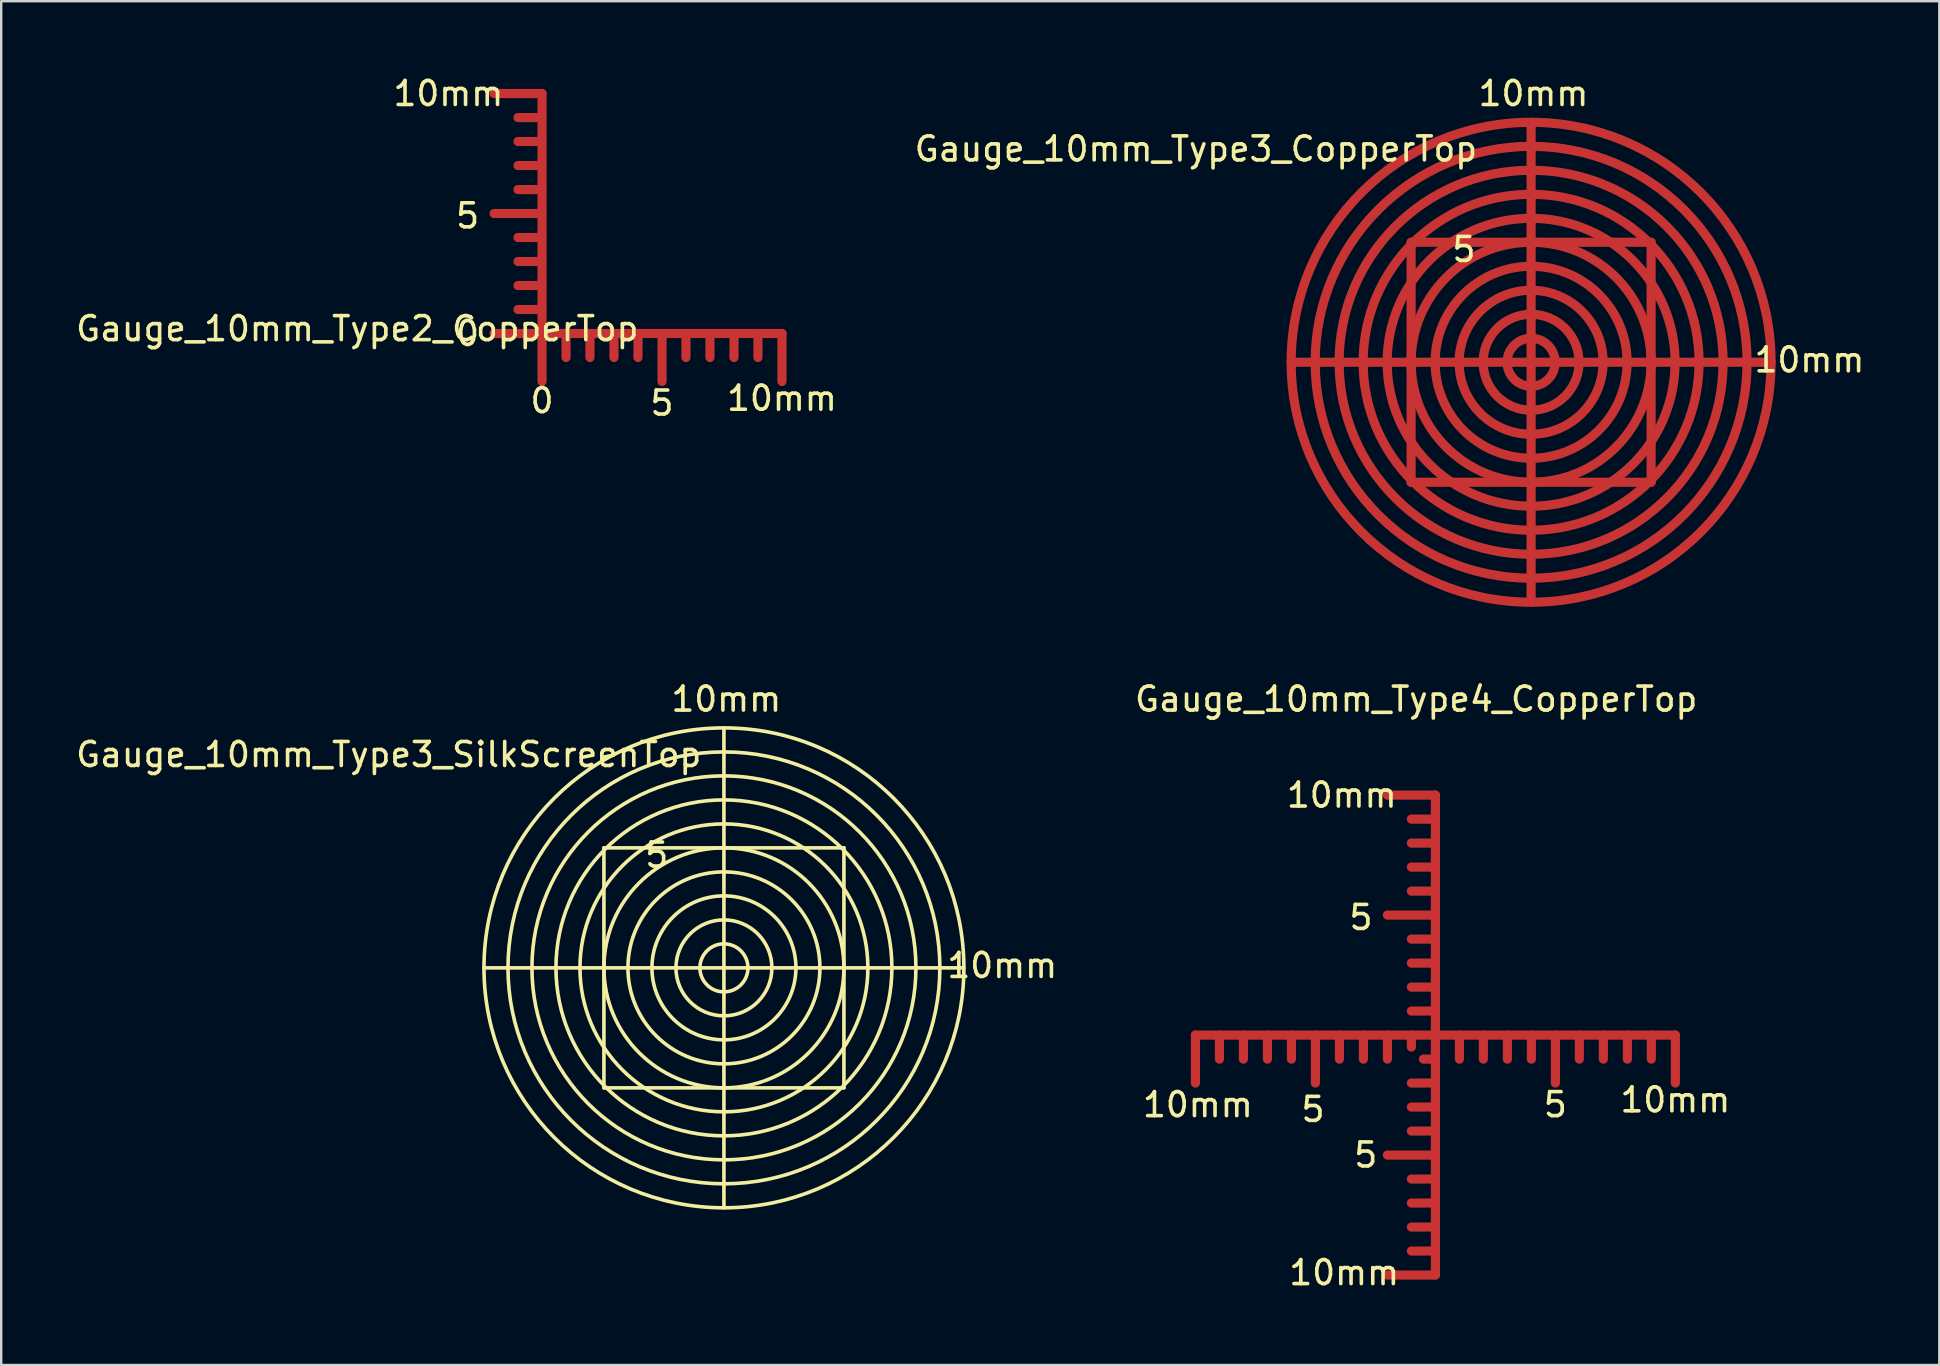
<source format=kicad_pcb>
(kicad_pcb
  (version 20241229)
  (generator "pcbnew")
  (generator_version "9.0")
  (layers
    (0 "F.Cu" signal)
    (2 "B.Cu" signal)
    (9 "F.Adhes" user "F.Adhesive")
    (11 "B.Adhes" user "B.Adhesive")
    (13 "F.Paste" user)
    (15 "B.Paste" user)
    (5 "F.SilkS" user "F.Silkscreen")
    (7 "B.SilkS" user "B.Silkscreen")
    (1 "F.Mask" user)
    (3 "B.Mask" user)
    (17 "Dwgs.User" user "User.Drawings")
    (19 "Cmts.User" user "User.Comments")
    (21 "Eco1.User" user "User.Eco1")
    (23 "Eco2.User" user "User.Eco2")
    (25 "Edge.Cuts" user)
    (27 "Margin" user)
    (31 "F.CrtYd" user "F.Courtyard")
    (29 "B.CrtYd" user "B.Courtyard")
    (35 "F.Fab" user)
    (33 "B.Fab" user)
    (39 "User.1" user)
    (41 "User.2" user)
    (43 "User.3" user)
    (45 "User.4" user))
  (footprint "Gauge_10mm_Type3_CopperTop"
    (layer "F.Cu")
    (at 60.758 12.047)
    (property "Reference" "Gauge_10mm_Type3_CopperTop" (at -13.97 -8.89 0) (layer "F.SilkS") (effects (font (size 1 1) (thickness 0.15))))
    (attr through_hole)
    (fp_line (start -5.001 -5.001) (end -5.001 0) (stroke (width 0.381) (type solid)) (layer "F.Cu"))
    (fp_line (start -5.001 5.001) (end -5.001 0) (stroke (width 0.381) (type solid)) (layer "F.Cu"))
    (fp_line (start -1.999 0) (end -10 0) (stroke (width 0.381) (type solid)) (layer "F.Cu"))
    (fp_line (start 0 -5.001) (end -5.001 -5.001) (stroke (width 0.381) (type solid)) (layer "F.Cu"))
    (fp_line (start 0 -5.001) (end 5.001 -5.001) (stroke (width 0.381) (type solid)) (layer "F.Cu"))
    (fp_line (start 0 0) (end -1.999 0) (stroke (width 0.381) (type solid)) (layer "F.Cu"))
    (fp_line (start 0 0) (end 0 -10) (stroke (width 0.381) (type solid)) (layer "F.Cu"))
    (fp_line (start 0 0) (end 0 1.999) (stroke (width 0.381) (type solid)) (layer "F.Cu"))
    (fp_line (start 0 0) (end 10 0) (stroke (width 0.381) (type solid)) (layer "F.Cu"))
    (fp_line (start 0 1.999) (end 0 10) (stroke (width 0.381) (type solid)) (layer "F.Cu"))
    (fp_line (start 0 5.001) (end -5.001 5.001) (stroke (width 0.381) (type solid)) (layer "F.Cu"))
    (fp_line (start 5.001 -5.001) (end 5.001 0) (stroke (width 0.381) (type solid)) (layer "F.Cu"))
    (fp_line (start 5.001 0) (end 5.001 5.001) (stroke (width 0.381) (type solid)) (layer "F.Cu"))
    (fp_line (start 5.001 5.001) (end 0 5.001) (stroke (width 0.381) (type solid)) (layer "F.Cu"))
    (fp_circle (center 0 0) (end 0 -8.999) (stroke (width 0.381) (type solid)) (fill no) (layer "F.Cu"))
    (fp_circle (center 0 0) (end 0 -8.001) (stroke (width 0.381) (type solid)) (fill no) (layer "F.Cu"))
    (fp_circle (center 0 0) (end 0 -7) (stroke (width 0.381) (type solid)) (fill no) (layer "F.Cu"))
    (fp_circle (center 0 0) (end 0 -5.999) (stroke (width 0.381) (type solid)) (fill no) (layer "F.Cu"))
    (fp_circle (center 0 0) (end 0 -4) (stroke (width 0.381) (type solid)) (fill no) (layer "F.Cu"))
    (fp_circle (center 0 0) (end 0 -3) (stroke (width 0.381) (type solid)) (fill no) (layer "F.Cu"))
    (fp_circle (center 0 0) (end 0 -1.999) (stroke (width 0.381) (type solid)) (fill no) (layer "F.Cu"))
    (fp_circle (center 0 0) (end 0 -1.001) (stroke (width 0.381) (type solid)) (fill no) (layer "F.Cu"))
    (fp_circle (center 0 0) (end 5.001 0) (stroke (width 0.381) (type solid)) (fill no) (layer "F.Cu"))
    (fp_circle (center 0 0) (end 10 0) (stroke (width 0.381) (type solid)) (fill no) (layer "F.Cu"))
    (fp_text user "10mm" (at 0.099 -11.199 0) (layer "F.SilkS") (effects (font (size 1 1) (thickness 0.15))))
    (fp_text user "5" (at -2.799 -4.699 0) (layer "F.SilkS") (effects (font (size 1 1) (thickness 0.15))))
    (fp_text user "10mm" (at 11.6 -0.099 0) (layer "F.SilkS") (effects (font (size 1 1) (thickness 0.15)))))
  (footprint "Gauge_10mm_Type4_CopperTop"
    (layer "F.Cu")
    (at 56.769 40.086)
    (property "Reference" "Gauge_10mm_Type4_CopperTop" (at -0.8 -14 0) (layer "F.SilkS") (effects (font (size 1 1) (thickness 0.15))))
    (attr through_hole)
    (fp_line (start -10 0) (end -10 1.999) (stroke (width 0.381) (type solid)) (layer "F.Cu"))
    (fp_line (start -8.999 0) (end -8.999 1.001) (stroke (width 0.381) (type solid)) (layer "F.Cu"))
    (fp_line (start -8.001 0) (end -8.001 1.001) (stroke (width 0.381) (type solid)) (layer "F.Cu"))
    (fp_line (start -7 0) (end -7 1.001) (stroke (width 0.381) (type solid)) (layer "F.Cu"))
    (fp_line (start -5.999 0) (end -5.999 1.001) (stroke (width 0.381) (type solid)) (layer "F.Cu"))
    (fp_line (start -5.001 0) (end -5.001 1.999) (stroke (width 0.381) (type solid)) (layer "F.Cu"))
    (fp_line (start -4 0) (end -4 1.001) (stroke (width 0.381) (type solid)) (layer "F.Cu"))
    (fp_line (start -3 0) (end -3 1.001) (stroke (width 0.381) (type solid)) (layer "F.Cu"))
    (fp_line (start -1.999 0) (end -1.999 1.001) (stroke (width 0.381) (type solid)) (layer "F.Cu"))
    (fp_line (start -1.001 0) (end -1.001 0.5) (stroke (width 0.381) (type solid)) (layer "F.Cu"))
    (fp_line (start 0 -10) (end -1.999 -10) (stroke (width 0.381) (type solid)) (layer "F.Cu"))
    (fp_line (start 0 -8.999) (end -1.001 -8.999) (stroke (width 0.381) (type solid)) (layer "F.Cu"))
    (fp_line (start 0 -8.001) (end -1.001 -8.001) (stroke (width 0.381) (type solid)) (layer "F.Cu"))
    (fp_line (start 0 -7) (end -1.001 -7) (stroke (width 0.381) (type solid)) (layer "F.Cu"))
    (fp_line (start 0 -5.999) (end -1.001 -5.999) (stroke (width 0.381) (type solid)) (layer "F.Cu"))
    (fp_line (start 0 -5.001) (end -1.999 -5.001) (stroke (width 0.381) (type solid)) (layer "F.Cu"))
    (fp_line (start 0 -4) (end -1.001 -4) (stroke (width 0.381) (type solid)) (layer "F.Cu"))
    (fp_line (start 0 -3) (end -1.001 -3) (stroke (width 0.381) (type solid)) (layer "F.Cu"))
    (fp_line (start 0 -1.999) (end -1.001 -1.999) (stroke (width 0.381) (type solid)) (layer "F.Cu"))
    (fp_line (start 0 -1.001) (end -1.001 -1.001) (stroke (width 0.381) (type solid)) (layer "F.Cu"))
    (fp_line (start 0 0) (end -10 0) (stroke (width 0.381) (type solid)) (layer "F.Cu"))
    (fp_line (start 0 0) (end 0 -10) (stroke (width 0.381) (type solid)) (layer "F.Cu"))
    (fp_line (start 0 0) (end 0 1.999) (stroke (width 0.381) (type solid)) (layer "F.Cu"))
    (fp_line (start 0 0) (end 10 0) (stroke (width 0.381) (type solid)) (layer "F.Cu"))
    (fp_line (start 0 1.001) (end -0.5 1.001) (stroke (width 0.381) (type solid)) (layer "F.Cu"))
    (fp_line (start 0 1.999) (end -1.001 1.999) (stroke (width 0.381) (type solid)) (layer "F.Cu"))
    (fp_line (start 0 1.999) (end 0 10) (stroke (width 0.381) (type solid)) (layer "F.Cu"))
    (fp_line (start 0 3) (end -1.001 3) (stroke (width 0.381) (type solid)) (layer "F.Cu"))
    (fp_line (start 0 4) (end -1.001 4) (stroke (width 0.381) (type solid)) (layer "F.Cu"))
    (fp_line (start 0 5.001) (end -1.999 5.001) (stroke (width 0.381) (type solid)) (layer "F.Cu"))
    (fp_line (start 0 5.999) (end -1.001 5.999) (stroke (width 0.381) (type solid)) (layer "F.Cu"))
    (fp_line (start 0 7) (end -1.001 7) (stroke (width 0.381) (type solid)) (layer "F.Cu"))
    (fp_line (start 0 8.001) (end -1.001 8.001) (stroke (width 0.381) (type solid)) (layer "F.Cu"))
    (fp_line (start 0 8.999) (end -1.001 8.999) (stroke (width 0.381) (type solid)) (layer "F.Cu"))
    (fp_line (start 0 10) (end -1.999 10) (stroke (width 0.381) (type solid)) (layer "F.Cu"))
    (fp_line (start 1.001 0) (end 1.001 1.001) (stroke (width 0.381) (type solid)) (layer "F.Cu"))
    (fp_line (start 1.999 0) (end 1.999 1.001) (stroke (width 0.381) (type solid)) (layer "F.Cu"))
    (fp_line (start 3 0) (end 3 1.001) (stroke (width 0.381) (type solid)) (layer "F.Cu"))
    (fp_line (start 4 0) (end 4 1.001) (stroke (width 0.381) (type solid)) (layer "F.Cu"))
    (fp_line (start 5.001 0) (end 5.001 1.999) (stroke (width 0.381) (type solid)) (layer "F.Cu"))
    (fp_line (start 5.999 0) (end 5.999 1.001) (stroke (width 0.381) (type solid)) (layer "F.Cu"))
    (fp_line (start 7 0) (end 7 1.001) (stroke (width 0.381) (type solid)) (layer "F.Cu"))
    (fp_line (start 8.001 0) (end 8.001 1.001) (stroke (width 0.381) (type solid)) (layer "F.Cu"))
    (fp_line (start 8.999 0) (end 8.999 1.001) (stroke (width 0.381) (type solid)) (layer "F.Cu"))
    (fp_line (start 10 0) (end 10 1.999) (stroke (width 0.381) (type solid)) (layer "F.Cu"))
    (fp_text user "5" (at -3.101 -4.9 0) (layer "F.SilkS") (effects (font (size 1 1) (thickness 0.15))))
    (fp_text user "10mm" (at -3.8 9.901 0) (layer "F.SilkS") (effects (font (size 1 1) (thickness 0.15))))
    (fp_text user "10mm" (at 10 2.7 0) (layer "F.SilkS") (effects (font (size 1 1) (thickness 0.15))))
    (fp_text user "5" (at -2.901 4.999 0) (layer "F.SilkS") (effects (font (size 1 1) (thickness 0.15))))
    (fp_text user "5" (at 4.999 2.901 0) (layer "F.SilkS") (effects (font (size 1 1) (thickness 0.15))))
    (fp_text user "10mm" (at -3.901 -10 0) (layer "F.SilkS") (effects (font (size 1 1) (thickness 0.15))))
    (fp_text user "10mm" (at -9.898 2.901 0) (layer "F.SilkS") (effects (font (size 1 1) (thickness 0.15))))
    (fp_text user "5" (at -5.1 3.099 0) (layer "F.SilkS") (effects (font (size 1 1) (thickness 0.15)))))
  (footprint "Gauge_10mm_Type2_CopperTop"
    (layer "F.Cu")
    (at 19.538 10.848)
    (property "Reference" "Gauge_10mm_Type2_CopperTop" (at -7.699 -0.201 0) (layer "F.SilkS") (effects (font (size 1 1) (thickness 0.15))))
    (attr through_hole)
    (fp_line (start 0 -10) (end -1.999 -10) (stroke (width 0.381) (type solid)) (layer "F.Cu"))
    (fp_line (start 0 -8.999) (end -1.001 -8.999) (stroke (width 0.381) (type solid)) (layer "F.Cu"))
    (fp_line (start 0 -8.001) (end -1.001 -8.001) (stroke (width 0.381) (type solid)) (layer "F.Cu"))
    (fp_line (start 0 -7) (end -1.001 -7) (stroke (width 0.381) (type solid)) (layer "F.Cu"))
    (fp_line (start 0 -5.999) (end -1.001 -5.999) (stroke (width 0.381) (type solid)) (layer "F.Cu"))
    (fp_line (start 0 -5.001) (end -1.999 -5.001) (stroke (width 0.381) (type solid)) (layer "F.Cu"))
    (fp_line (start 0 -4) (end -1.001 -4) (stroke (width 0.381) (type solid)) (layer "F.Cu"))
    (fp_line (start 0 -3) (end -1.001 -3) (stroke (width 0.381) (type solid)) (layer "F.Cu"))
    (fp_line (start 0 -1.999) (end -1.001 -1.999) (stroke (width 0.381) (type solid)) (layer "F.Cu"))
    (fp_line (start 0 -1.001) (end -1.001 -1.001) (stroke (width 0.381) (type solid)) (layer "F.Cu"))
    (fp_line (start 0 0) (end -1.999 0) (stroke (width 0.381) (type solid)) (layer "F.Cu"))
    (fp_line (start 0 0) (end 0 -10) (stroke (width 0.381) (type solid)) (layer "F.Cu"))
    (fp_line (start 0 0) (end 0 1.999) (stroke (width 0.381) (type solid)) (layer "F.Cu"))
    (fp_line (start 0 0) (end 10 0) (stroke (width 0.381) (type solid)) (layer "F.Cu"))
    (fp_line (start 1.001 0) (end 1.001 1.001) (stroke (width 0.381) (type solid)) (layer "F.Cu"))
    (fp_line (start 1.999 0) (end 1.999 1.001) (stroke (width 0.381) (type solid)) (layer "F.Cu"))
    (fp_line (start 3 0) (end 3 1.001) (stroke (width 0.381) (type solid)) (layer "F.Cu"))
    (fp_line (start 4 0) (end 4 1.001) (stroke (width 0.381) (type solid)) (layer "F.Cu"))
    (fp_line (start 5.001 0) (end 5.001 1.999) (stroke (width 0.381) (type solid)) (layer "F.Cu"))
    (fp_line (start 5.999 0) (end 5.999 1.001) (stroke (width 0.381) (type solid)) (layer "F.Cu"))
    (fp_line (start 7 0) (end 7 1.001) (stroke (width 0.381) (type solid)) (layer "F.Cu"))
    (fp_line (start 8.001 0) (end 8.001 1.001) (stroke (width 0.381) (type solid)) (layer "F.Cu"))
    (fp_line (start 8.999 0) (end 8.999 1.001) (stroke (width 0.381) (type solid)) (layer "F.Cu"))
    (fp_line (start 10 0) (end 10 1.999) (stroke (width 0.381) (type solid)) (layer "F.Cu"))
    (fp_text user "5" (at -3.101 -4.9 0) (layer "F.SilkS") (effects (font (size 1 1) (thickness 0.15))))
    (fp_text user "10mm" (at -3.901 -10 0) (layer "F.SilkS") (effects (font (size 1 1) (thickness 0.15))))
    (fp_text user "0" (at -3.101 0 0) (layer "F.SilkS") (effects (font (size 1 1) (thickness 0.15))))
    (fp_text user "0" (at 0 2.799 0) (layer "F.SilkS") (effects (font (size 1 1) (thickness 0.15))))
    (fp_text user "5" (at 4.999 2.901 0) (layer "F.SilkS") (effects (font (size 1 1) (thickness 0.15))))
    (fp_text user "10mm" (at 10 2.7 0) (layer "F.SilkS") (effects (font (size 1 1) (thickness 0.15)))))
  (footprint "Gauge_10mm_Type3_SilkScreenTop"
    (layer "F.Cu")
    (at 27.119 37.285)
    (property "Reference" "Gauge_10mm_Type3_SilkScreenTop" (at -13.97 -8.89 0) (layer "F.SilkS") (effects (font (size 1 1) (thickness 0.15))))
    (attr through_hole)
    (fp_line (start -5.001 -5.001) (end -5.001 0) (stroke (width 0.15) (type solid)) (layer "F.SilkS"))
    (fp_line (start -5.001 5.001) (end -5.001 0) (stroke (width 0.15) (type solid)) (layer "F.SilkS"))
    (fp_line (start -1.999 0) (end -10 0) (stroke (width 0.15) (type solid)) (layer "F.SilkS"))
    (fp_line (start 0 -5.001) (end -5.001 -5.001) (stroke (width 0.15) (type solid)) (layer "F.SilkS"))
    (fp_line (start 0 -5.001) (end 5.001 -5.001) (stroke (width 0.15) (type solid)) (layer "F.SilkS"))
    (fp_line (start 0 0) (end -1.999 0) (stroke (width 0.15) (type solid)) (layer "F.SilkS"))
    (fp_line (start 0 0) (end 0 -10) (stroke (width 0.15) (type solid)) (layer "F.SilkS"))
    (fp_line (start 0 0) (end 0 1.999) (stroke (width 0.15) (type solid)) (layer "F.SilkS"))
    (fp_line (start 0 0) (end 10 0) (stroke (width 0.15) (type solid)) (layer "F.SilkS"))
    (fp_line (start 0 1.999) (end 0 10) (stroke (width 0.15) (type solid)) (layer "F.SilkS"))
    (fp_line (start 0 5.001) (end -5.001 5.001) (stroke (width 0.15) (type solid)) (layer "F.SilkS"))
    (fp_line (start 5.001 -5.001) (end 5.001 0) (stroke (width 0.15) (type solid)) (layer "F.SilkS"))
    (fp_line (start 5.001 0) (end 5.001 5.001) (stroke (width 0.15) (type solid)) (layer "F.SilkS"))
    (fp_line (start 5.001 5.001) (end 0 5.001) (stroke (width 0.15) (type solid)) (layer "F.SilkS"))
    (fp_circle (center 0 0) (end 0 -8.999) (stroke (width 0.15) (type solid)) (fill no) (layer "F.SilkS"))
    (fp_circle (center 0 0) (end 0 -8.001) (stroke (width 0.15) (type solid)) (fill no) (layer "F.SilkS"))
    (fp_circle (center 0 0) (end 0 -7) (stroke (width 0.15) (type solid)) (fill no) (layer "F.SilkS"))
    (fp_circle (center 0 0) (end 0 -5.999) (stroke (width 0.15) (type solid)) (fill no) (layer "F.SilkS"))
    (fp_circle (center 0 0) (end 0 -4) (stroke (width 0.15) (type solid)) (fill no) (layer "F.SilkS"))
    (fp_circle (center 0 0) (end 0 -3) (stroke (width 0.15) (type solid)) (fill no) (layer "F.SilkS"))
    (fp_circle (center 0 0) (end 0 -1.999) (stroke (width 0.15) (type solid)) (fill no) (layer "F.SilkS"))
    (fp_circle (center 0 0) (end 0 -1.001) (stroke (width 0.15) (type solid)) (fill no) (layer "F.SilkS"))
    (fp_circle (center 0 0) (end 5.001 0) (stroke (width 0.15) (type solid)) (fill no) (layer "F.SilkS"))
    (fp_circle (center 0 0) (end 10 0) (stroke (width 0.15) (type solid)) (fill no) (layer "F.SilkS"))
    (fp_text user "5" (at -2.799 -4.699 0) (layer "F.SilkS") (effects (font (size 1 1) (thickness 0.15))))
    (fp_text user "10mm" (at 11.6 -0.099 0) (layer "F.SilkS") (effects (font (size 1 1) (thickness 0.15))))
    (fp_text user "10mm" (at 0.099 -11.199 0) (layer "F.SilkS") (effects (font (size 1 1) (thickness 0.15)))))
  (gr_rect
    (start -3 -3)
    (end 77.769 53.835)
    (stroke (width 0.1) (type default))
    (fill no)
    (layer "Edge.Cuts")))
</source>
